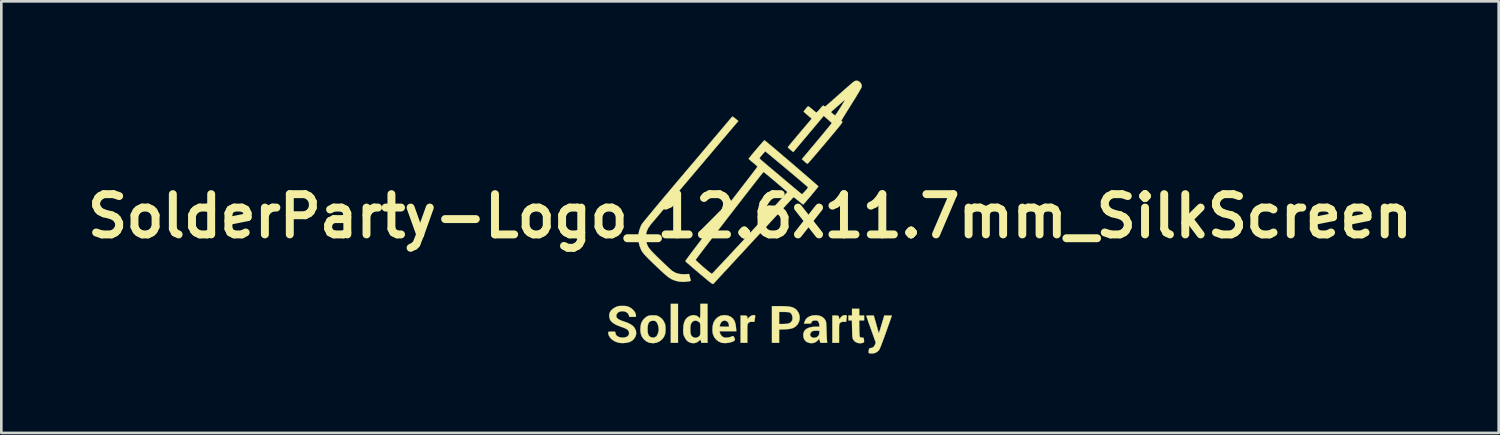
<source format=kicad_pcb>
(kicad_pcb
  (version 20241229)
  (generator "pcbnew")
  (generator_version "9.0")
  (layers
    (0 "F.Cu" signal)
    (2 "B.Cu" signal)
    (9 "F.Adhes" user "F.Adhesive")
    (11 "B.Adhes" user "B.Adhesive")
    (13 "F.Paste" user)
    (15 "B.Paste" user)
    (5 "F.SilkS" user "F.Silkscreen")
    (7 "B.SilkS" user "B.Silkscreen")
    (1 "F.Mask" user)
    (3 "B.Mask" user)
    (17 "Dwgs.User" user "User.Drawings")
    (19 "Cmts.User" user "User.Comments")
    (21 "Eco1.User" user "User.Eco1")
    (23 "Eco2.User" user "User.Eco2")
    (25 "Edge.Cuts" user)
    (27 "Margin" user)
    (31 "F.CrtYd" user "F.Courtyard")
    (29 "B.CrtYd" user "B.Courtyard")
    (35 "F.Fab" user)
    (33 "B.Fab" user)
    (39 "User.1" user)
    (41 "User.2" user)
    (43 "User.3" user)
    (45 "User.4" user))
  (footprint "SolderParty-Logo_12.6x11.7mm_SilkScreen"
    (layer "F.Cu")
    (at 25.335 5.132)
    (property "Reference" "SolderParty-Logo_12.6x11.7mm_SilkScreen" (at 0 0 0) (layer "F.SilkS") (effects (font (size 1.524 1.524) (thickness 0.3))))
    (attr through_hole)
    (fp_poly (pts (xy -2.726 4.792) (xy -2.997 4.792) (xy -2.997 3.319) (xy -2.726 3.319) (xy -2.726 4.792)) (stroke (width 0.01) (type solid)) (fill yes) (layer "F.SilkS"))
    (fp_poly (pts (xy 0.19 3.759) (xy 0.197 3.792) (xy 0.196 3.797) (xy 0.189 3.837) (xy 0.181 3.893) (xy 0.178 3.916) (xy 0.167 3.996) (xy 0.074 3.996) (xy 0.016 3.999) (xy -0.022 4.01) (xy -0.053 4.034) (xy -0.06 4.041) (xy -0.074 4.057) (xy -0.084 4.073) (xy -0.092 4.095) (xy -0.097 4.128) (xy -0.1 4.175) (xy -0.101 4.243) (xy -0.102 4.335) (xy -0.102 4.439) (xy -0.102 4.792) (xy -0.356 4.792) (xy -0.356 3.759) (xy -0.239 3.759) (xy -0.171 3.761) (xy -0.13 3.771) (xy -0.109 3.792) (xy -0.102 3.83) (xy -0.102 3.857) (xy -0.1 3.88) (xy -0.093 3.885) (xy -0.074 3.869) (xy -0.038 3.831) (xy 0.012 3.788) (xy 0.066 3.758) (xy 0.118 3.743) (xy 0.162 3.743) (xy 0.19 3.759)) (stroke (width 0.01) (type solid)) (fill yes) (layer "F.SilkS"))
    (fp_poly (pts (xy 3.652 3.756) (xy 3.663 3.776) (xy 3.66 3.806) (xy 3.654 3.857) (xy 3.649 3.899) (xy 3.638 3.996) (xy 3.546 3.996) (xy 3.485 3.999) (xy 3.445 4.012) (xy 3.412 4.037) (xy 3.411 4.038) (xy 3.397 4.052) (xy 3.387 4.068) (xy 3.38 4.089) (xy 3.375 4.12) (xy 3.372 4.167) (xy 3.37 4.233) (xy 3.37 4.324) (xy 3.37 4.436) (xy 3.37 4.792) (xy 3.116 4.792) (xy 3.116 3.759) (xy 3.232 3.759) (xy 3.3 3.762) (xy 3.341 3.772) (xy 3.361 3.797) (xy 3.369 3.843) (xy 3.37 3.876) (xy 3.372 3.897) (xy 3.38 3.897) (xy 3.401 3.873) (xy 3.419 3.849) (xy 3.459 3.804) (xy 3.503 3.769) (xy 3.518 3.761) (xy 3.569 3.747) (xy 3.617 3.745) (xy 3.652 3.756)) (stroke (width 0.01) (type solid)) (fill yes) (layer "F.SilkS"))
    (fp_poly (pts (xy 4.132 3.759) (xy 4.318 3.759) (xy 4.318 3.945) (xy 4.13 3.945) (xy 4.135 4.249) (xy 4.138 4.373) (xy 4.142 4.465) (xy 4.148 4.528) (xy 4.156 4.565) (xy 4.161 4.575) (xy 4.192 4.589) (xy 4.238 4.596) (xy 4.241 4.596) (xy 4.278 4.598) (xy 4.297 4.611) (xy 4.307 4.645) (xy 4.311 4.668) (xy 4.316 4.719) (xy 4.315 4.757) (xy 4.313 4.764) (xy 4.288 4.786) (xy 4.24 4.8) (xy 4.178 4.807) (xy 4.112 4.803) (xy 4.063 4.793) (xy 3.977 4.751) (xy 3.916 4.686) (xy 3.901 4.66) (xy 3.89 4.632) (xy 3.881 4.596) (xy 3.875 4.548) (xy 3.87 4.482) (xy 3.867 4.392) (xy 3.864 4.274) (xy 3.864 4.271) (xy 3.857 3.945) (xy 3.725 3.945) (xy 3.725 3.759) (xy 3.861 3.759) (xy 3.861 3.505) (xy 4.132 3.505) (xy 4.132 3.759)) (stroke (width 0.01) (type solid)) (fill yes) (layer "F.SilkS"))
    (fp_poly (pts (xy 1.274 3.406) (xy 1.403 3.413) (xy 1.508 3.425) (xy 1.593 3.445) (xy 1.662 3.474) (xy 1.72 3.511) (xy 1.771 3.559) (xy 1.782 3.572) (xy 1.843 3.667) (xy 1.875 3.773) (xy 1.88 3.883) (xy 1.856 3.991) (xy 1.805 4.088) (xy 1.776 4.123) (xy 1.716 4.18) (xy 1.651 4.222) (xy 1.575 4.25) (xy 1.48 4.269) (xy 1.361 4.279) (xy 1.317 4.281) (xy 1.101 4.288) (xy 1.101 4.792) (xy 0.83 4.792) (xy 0.83 3.624) (xy 1.101 3.624) (xy 1.101 4.081) (xy 1.24 4.081) (xy 1.316 4.078) (xy 1.388 4.073) (xy 1.442 4.066) (xy 1.448 4.064) (xy 1.516 4.035) (xy 1.562 3.997) (xy 1.597 3.937) (xy 1.61 3.865) (xy 1.603 3.79) (xy 1.579 3.72) (xy 1.539 3.666) (xy 1.497 3.64) (xy 1.463 3.633) (xy 1.403 3.628) (xy 1.329 3.624) (xy 1.277 3.624) (xy 1.101 3.624) (xy 0.83 3.624) (xy 0.83 3.404) (xy 1.114 3.404) (xy 1.274 3.406)) (stroke (width 0.01) (type solid)) (fill yes) (layer "F.SilkS"))
    (fp_poly (pts (xy -0.875 3.753) (xy -0.823 3.766) (xy -0.722 3.811) (xy -0.643 3.877) (xy -0.585 3.967) (xy -0.548 4.082) (xy -0.531 4.204) (xy -0.52 4.352) (xy -1.154 4.352) (xy -1.142 4.407) (xy -1.111 4.485) (xy -1.058 4.548) (xy -0.99 4.586) (xy -0.981 4.589) (xy -0.908 4.597) (xy -0.82 4.59) (xy -0.734 4.57) (xy -0.681 4.548) (xy -0.651 4.535) (xy -0.633 4.537) (xy -0.616 4.559) (xy -0.595 4.6) (xy -0.574 4.65) (xy -0.572 4.685) (xy -0.591 4.712) (xy -0.637 4.737) (xy -0.692 4.759) (xy -0.797 4.788) (xy -0.911 4.802) (xy -1.019 4.799) (xy -1.087 4.787) (xy -1.192 4.74) (xy -1.284 4.667) (xy -1.356 4.573) (xy -1.402 4.466) (xy -1.407 4.446) (xy -1.42 4.346) (xy -1.42 4.236) (xy -1.412 4.168) (xy -1.151 4.168) (xy -1.136 4.174) (xy -1.093 4.179) (xy -1.031 4.182) (xy -0.974 4.183) (xy -0.796 4.183) (xy -0.796 4.131) (xy -0.809 4.059) (xy -0.845 4.003) (xy -0.896 3.966) (xy -0.956 3.95) (xy -1.017 3.959) (xy -1.074 3.996) (xy -1.08 4.002) (xy -1.106 4.042) (xy -1.131 4.095) (xy -1.148 4.145) (xy -1.151 4.168) (xy -1.412 4.168) (xy -1.407 4.128) (xy -1.383 4.035) (xy -1.371 4.006) (xy -1.303 3.9) (xy -1.216 3.82) (xy -1.113 3.767) (xy -0.998 3.745) (xy -0.875 3.753)) (stroke (width 0.01) (type solid)) (fill yes) (layer "F.SilkS"))
    (fp_poly (pts (xy -3.6 3.752) (xy -3.547 3.758) (xy -3.504 3.77) (xy -3.457 3.792) (xy -3.437 3.803) (xy -3.344 3.873) (xy -3.269 3.967) (xy -3.219 4.073) (xy -3.215 4.087) (xy -3.202 4.162) (xy -3.197 4.256) (xy -3.199 4.353) (xy -3.209 4.437) (xy -3.215 4.465) (xy -3.262 4.575) (xy -3.334 4.666) (xy -3.425 4.737) (xy -3.531 4.784) (xy -3.647 4.805) (xy -3.768 4.797) (xy -3.844 4.777) (xy -3.94 4.726) (xy -4.025 4.65) (xy -4.091 4.556) (xy -4.125 4.475) (xy -4.143 4.382) (xy -4.148 4.279) (xy -3.878 4.279) (xy -3.873 4.386) (xy -3.856 4.466) (xy -3.825 4.524) (xy -3.779 4.565) (xy -3.759 4.577) (xy -3.683 4.599) (xy -3.609 4.588) (xy -3.545 4.547) (xy -3.537 4.539) (xy -3.504 4.487) (xy -3.477 4.415) (xy -3.459 4.334) (xy -3.454 4.276) (xy -3.463 4.194) (xy -3.485 4.11) (xy -3.517 4.039) (xy -3.539 4.007) (xy -3.573 3.975) (xy -3.607 3.959) (xy -3.656 3.955) (xy -3.673 3.955) (xy -3.748 3.966) (xy -3.804 3.996) (xy -3.843 4.05) (xy -3.867 4.129) (xy -3.877 4.237) (xy -3.878 4.279) (xy -4.148 4.279) (xy -4.148 4.275) (xy -4.141 4.168) (xy -4.123 4.071) (xy -4.101 4.012) (xy -4.033 3.907) (xy -3.943 3.823) (xy -3.887 3.788) (xy -3.841 3.769) (xy -3.787 3.757) (xy -3.716 3.752) (xy -3.675 3.752) (xy -3.6 3.752)) (stroke (width 0.01) (type solid)) (fill yes) (layer "F.SilkS"))
    (fp_poly (pts (xy 4.772 4.068) (xy 4.8 4.166) (xy 4.824 4.254) (xy 4.843 4.325) (xy 4.856 4.375) (xy 4.86 4.398) (xy 4.86 4.398) (xy 4.868 4.418) (xy 4.873 4.419) (xy 4.882 4.404) (xy 4.898 4.363) (xy 4.919 4.301) (xy 4.941 4.229) (xy 4.969 4.135) (xy 4.999 4.036) (xy 5.026 3.945) (xy 5.04 3.899) (xy 5.082 3.759) (xy 5.225 3.759) (xy 5.29 3.76) (xy 5.339 3.761) (xy 5.365 3.763) (xy 5.367 3.763) (xy 5.362 3.78) (xy 5.346 3.825) (xy 5.322 3.894) (xy 5.29 3.986) (xy 5.251 4.095) (xy 5.207 4.219) (xy 5.16 4.353) (xy 5.15 4.381) (xy 5.096 4.531) (xy 5.046 4.669) (xy 4.999 4.792) (xy 4.959 4.897) (xy 4.925 4.979) (xy 4.9 5.036) (xy 4.886 5.062) (xy 4.819 5.13) (xy 4.732 5.176) (xy 4.634 5.197) (xy 4.532 5.19) (xy 4.517 5.187) (xy 4.497 5.176) (xy 4.489 5.152) (xy 4.491 5.108) (xy 4.498 5.061) (xy 4.508 5.021) (xy 4.527 5.001) (xy 4.567 4.991) (xy 4.575 4.99) (xy 4.642 4.971) (xy 4.691 4.932) (xy 4.728 4.866) (xy 4.733 4.854) (xy 4.759 4.784) (xy 4.581 4.284) (xy 4.537 4.161) (xy 4.497 4.048) (xy 4.463 3.949) (xy 4.435 3.868) (xy 4.415 3.81) (xy 4.404 3.777) (xy 4.403 3.772) (xy 4.418 3.766) (xy 4.46 3.762) (xy 4.52 3.759) (xy 4.543 3.759) (xy 4.683 3.759) (xy 4.772 4.068)) (stroke (width 0.01) (type solid)) (fill yes) (layer "F.SilkS"))
    (fp_poly (pts (xy -1.609 4.792) (xy -1.844 4.792) (xy -1.855 4.733) (xy -1.866 4.694) (xy -1.877 4.674) (xy -1.878 4.674) (xy -1.896 4.685) (xy -1.927 4.713) (xy -1.939 4.725) (xy -2.013 4.778) (xy -2.103 4.804) (xy -2.206 4.8) (xy -2.252 4.789) (xy -2.339 4.75) (xy -2.411 4.684) (xy -2.471 4.588) (xy -2.478 4.574) (xy -2.502 4.519) (xy -2.518 4.473) (xy -2.526 4.425) (xy -2.529 4.363) (xy -2.529 4.293) (xy -2.528 4.284) (xy -2.26 4.284) (xy -2.256 4.391) (xy -2.242 4.47) (xy -2.215 4.527) (xy -2.175 4.565) (xy -2.145 4.581) (xy -2.104 4.598) (xy -2.077 4.604) (xy -2.045 4.601) (xy -2.017 4.595) (xy -1.968 4.576) (xy -1.923 4.543) (xy -1.922 4.542) (xy -1.905 4.523) (xy -1.893 4.503) (xy -1.886 4.476) (xy -1.882 4.434) (xy -1.88 4.372) (xy -1.88 4.282) (xy -1.88 4.277) (xy -1.88 4.186) (xy -1.881 4.123) (xy -1.885 4.08) (xy -1.892 4.053) (xy -1.904 4.033) (xy -1.921 4.015) (xy -1.926 4.01) (xy -1.995 3.965) (xy -2.066 3.951) (xy -2.135 3.966) (xy -2.193 4.01) (xy -2.222 4.053) (xy -2.241 4.095) (xy -2.252 4.14) (xy -2.258 4.2) (xy -2.26 4.283) (xy -2.26 4.284) (xy -2.528 4.284) (xy -2.519 4.141) (xy -2.491 4.016) (xy -2.446 3.917) (xy -2.38 3.84) (xy -2.298 3.785) (xy -2.201 3.752) (xy -2.107 3.746) (xy -2.021 3.767) (xy -1.95 3.814) (xy -1.94 3.825) (xy -1.912 3.851) (xy -1.894 3.861) (xy -1.889 3.845) (xy -1.885 3.801) (xy -1.882 3.734) (xy -1.88 3.65) (xy -1.88 3.59) (xy -1.88 3.319) (xy -1.609 3.319) (xy -1.609 4.792)) (stroke (width 0.01) (type solid)) (fill yes) (layer "F.SilkS"))
    (fp_poly (pts (xy 2.617 3.763) (xy 2.717 3.803) (xy 2.799 3.864) (xy 2.852 3.937) (xy 2.864 3.963) (xy 2.873 3.992) (xy 2.88 4.03) (xy 2.885 4.082) (xy 2.889 4.152) (xy 2.893 4.245) (xy 2.897 4.368) (xy 2.897 4.369) (xy 2.9 4.478) (xy 2.904 4.577) (xy 2.909 4.66) (xy 2.914 4.722) (xy 2.918 4.757) (xy 2.92 4.763) (xy 2.923 4.777) (xy 2.914 4.786) (xy 2.885 4.791) (xy 2.831 4.792) (xy 2.798 4.792) (xy 2.663 4.792) (xy 2.641 4.715) (xy 2.62 4.638) (xy 2.565 4.698) (xy 2.483 4.766) (xy 2.391 4.801) (xy 2.289 4.804) (xy 2.22 4.79) (xy 2.13 4.749) (xy 2.066 4.686) (xy 2.027 4.602) (xy 2.015 4.499) (xy 2.019 4.474) (xy 2.273 4.474) (xy 2.276 4.517) (xy 2.305 4.558) (xy 2.311 4.564) (xy 2.366 4.598) (xy 2.436 4.605) (xy 2.509 4.587) (xy 2.523 4.581) (xy 2.584 4.534) (xy 2.617 4.47) (xy 2.625 4.407) (xy 2.625 4.335) (xy 2.505 4.335) (xy 2.423 4.338) (xy 2.367 4.349) (xy 2.329 4.372) (xy 2.3 4.409) (xy 2.295 4.419) (xy 2.273 4.474) (xy 2.019 4.474) (xy 2.029 4.401) (xy 2.072 4.321) (xy 2.144 4.259) (xy 2.243 4.215) (xy 2.369 4.189) (xy 2.498 4.183) (xy 2.625 4.183) (xy 2.625 4.122) (xy 2.616 4.06) (xy 2.593 4.004) (xy 2.562 3.965) (xy 2.548 3.956) (xy 2.514 3.949) (xy 2.464 3.946) (xy 2.448 3.945) (xy 2.383 3.956) (xy 2.339 3.986) (xy 2.32 4.03) (xy 2.32 4.036) (xy 2.315 4.05) (xy 2.297 4.058) (xy 2.259 4.063) (xy 2.194 4.064) (xy 2.183 4.064) (xy 2.045 4.064) (xy 2.057 4.017) (xy 2.097 3.922) (xy 2.164 3.846) (xy 2.256 3.79) (xy 2.372 3.755) (xy 2.376 3.755) (xy 2.501 3.746) (xy 2.617 3.763)) (stroke (width 0.01) (type solid)) (fill yes) (layer "F.SilkS"))
    (fp_poly (pts (xy -4.74 3.397) (xy -4.677 3.404) (xy -4.625 3.417) (xy -4.58 3.435) (xy -4.489 3.488) (xy -4.412 3.557) (xy -4.355 3.635) (xy -4.323 3.714) (xy -4.318 3.759) (xy -4.318 3.81) (xy -4.567 3.81) (xy -4.587 3.741) (xy -4.621 3.679) (xy -4.676 3.633) (xy -4.745 3.605) (xy -4.821 3.595) (xy -4.897 3.602) (xy -4.966 3.626) (xy -5.021 3.668) (xy -5.054 3.728) (xy -5.057 3.736) (xy -5.061 3.794) (xy -5.04 3.845) (xy -4.992 3.89) (xy -4.916 3.933) (xy -4.808 3.974) (xy -4.784 3.981) (xy -4.636 4.034) (xy -4.519 4.091) (xy -4.431 4.155) (xy -4.368 4.227) (xy -4.327 4.31) (xy -4.311 4.372) (xy -4.31 4.468) (xy -4.339 4.561) (xy -4.393 4.645) (xy -4.468 4.715) (xy -4.561 4.763) (xy -4.565 4.765) (xy -4.665 4.789) (xy -4.779 4.801) (xy -4.892 4.8) (xy -4.99 4.784) (xy -4.995 4.783) (xy -5.113 4.738) (xy -5.213 4.677) (xy -5.291 4.602) (xy -5.341 4.519) (xy -5.35 4.492) (xy -5.365 4.434) (xy -5.367 4.397) (xy -5.351 4.378) (xy -5.313 4.37) (xy -5.246 4.369) (xy -5.232 4.369) (xy -5.165 4.369) (xy -5.125 4.372) (xy -5.105 4.38) (xy -5.098 4.393) (xy -5.097 4.407) (xy -5.081 4.475) (xy -5.037 4.53) (xy -4.968 4.57) (xy -4.877 4.592) (xy -4.817 4.596) (xy -4.722 4.586) (xy -4.649 4.556) (xy -4.599 4.508) (xy -4.577 4.446) (xy -4.579 4.395) (xy -4.596 4.346) (xy -4.628 4.304) (xy -4.68 4.266) (xy -4.757 4.23) (xy -4.863 4.192) (xy -4.869 4.19) (xy -5.021 4.133) (xy -5.14 4.072) (xy -5.229 4.005) (xy -5.288 3.931) (xy -5.316 3.865) (xy -5.331 3.758) (xy -5.313 3.661) (xy -5.264 3.575) (xy -5.184 3.5) (xy -5.101 3.451) (xy -5.044 3.424) (xy -4.998 3.408) (xy -4.949 3.399) (xy -4.888 3.396) (xy -4.826 3.396) (xy -4.74 3.397)) (stroke (width 0.01) (type solid)) (fill yes) (layer "F.SilkS"))
    (fp_poly (pts (xy -0.651 -3.763) (xy -0.619 -3.744) (xy -0.569 -3.705) (xy -0.552 -3.692) (xy -0.44 -3.601) (xy -0.48 -3.557) (xy -0.495 -3.54) (xy -0.53 -3.498) (xy -0.585 -3.435) (xy -0.656 -3.35) (xy -0.744 -3.247) (xy -0.846 -3.127) (xy -0.961 -2.991) (xy -1.088 -2.842) (xy -1.224 -2.681) (xy -1.369 -2.51) (xy -1.521 -2.33) (xy -1.679 -2.144) (xy -1.84 -1.953) (xy -2.005 -1.759) (xy -2.17 -1.564) (xy -2.335 -1.369) (xy -2.498 -1.176) (xy -2.658 -0.987) (xy -2.813 -0.804) (xy -2.961 -0.629) (xy -3.102 -0.462) (xy -3.233 -0.306) (xy -3.354 -0.164) (xy -3.463 -0.035) (xy -3.557 0.077) (xy -3.637 0.171) (xy -3.7 0.246) (xy -3.744 0.299) (xy -3.769 0.329) (xy -3.77 0.33) (xy -3.862 0.465) (xy -3.92 0.607) (xy -3.945 0.755) (xy -3.936 0.91) (xy -3.92 0.99) (xy -3.904 1.046) (xy -3.885 1.096) (xy -3.862 1.144) (xy -3.831 1.194) (xy -3.789 1.249) (xy -3.734 1.312) (xy -3.664 1.386) (xy -3.575 1.476) (xy -3.466 1.583) (xy -3.407 1.64) (xy -3.307 1.736) (xy -3.212 1.827) (xy -3.124 1.909) (xy -3.048 1.979) (xy -2.987 2.033) (xy -2.945 2.069) (xy -2.932 2.079) (xy -2.807 2.148) (xy -2.665 2.187) (xy -2.505 2.198) (xy -2.463 2.197) (xy -2.306 2.187) (xy -2.28 2.293) (xy -2.264 2.353) (xy -2.251 2.401) (xy -2.243 2.425) (xy -2.244 2.441) (xy -2.265 2.453) (xy -2.312 2.465) (xy -2.341 2.47) (xy -2.516 2.487) (xy -2.684 2.474) (xy -2.774 2.455) (xy -2.859 2.43) (xy -2.936 2.399) (xy -3.011 2.36) (xy -3.088 2.308) (xy -3.173 2.241) (xy -3.272 2.155) (xy -3.361 2.072) (xy -3.513 1.929) (xy -3.643 1.806) (xy -3.751 1.702) (xy -3.841 1.613) (xy -3.914 1.539) (xy -3.973 1.476) (xy -4.02 1.422) (xy -4.057 1.376) (xy -4.086 1.335) (xy -4.108 1.296) (xy -4.122 1.27) (xy -4.189 1.094) (xy -4.224 0.913) (xy -4.226 0.732) (xy -4.196 0.553) (xy -4.135 0.38) (xy -4.094 0.301) (xy -4.077 0.277) (xy -4.039 0.229) (xy -3.981 0.158) (xy -3.906 0.066) (xy -3.813 -0.046) (xy -3.705 -0.177) (xy -3.583 -0.324) (xy -3.447 -0.487) (xy -3.299 -0.663) (xy -3.14 -0.852) (xy -2.972 -1.052) (xy -2.796 -1.261) (xy -2.612 -1.478) (xy -2.423 -1.702) (xy -2.371 -1.764) (xy -2.181 -1.987) (xy -1.997 -2.204) (xy -1.82 -2.413) (xy -1.652 -2.612) (xy -1.493 -2.8) (xy -1.344 -2.975) (xy -1.208 -3.136) (xy -1.084 -3.282) (xy -0.975 -3.411) (xy -0.881 -3.522) (xy -0.804 -3.614) (xy -0.745 -3.684) (xy -0.705 -3.731) (xy -0.685 -3.755) (xy -0.684 -3.757) (xy -0.671 -3.767) (xy -0.651 -3.763)) (stroke (width 0.01) (type solid)) (fill yes) (layer "F.SilkS"))
    (fp_poly (pts (xy 4.073 -5.123) (xy 4.127 -5.098) (xy 4.186 -5.045) (xy 4.221 -4.978) (xy 4.229 -4.906) (xy 4.228 -4.899) (xy 4.216 -4.871) (xy 4.188 -4.817) (xy 4.144 -4.74) (xy 4.086 -4.641) (xy 4.016 -4.524) (xy 3.934 -4.391) (xy 3.843 -4.245) (xy 3.836 -4.235) (xy 3.755 -4.105) (xy 3.68 -3.985) (xy 3.612 -3.876) (xy 3.554 -3.781) (xy 3.508 -3.705) (xy 3.475 -3.649) (xy 3.457 -3.617) (xy 3.454 -3.611) (xy 3.468 -3.592) (xy 3.489 -3.58) (xy 3.495 -3.574) (xy 3.495 -3.565) (xy 3.489 -3.549) (xy 3.474 -3.525) (xy 3.45 -3.49) (xy 3.415 -3.444) (xy 3.366 -3.383) (xy 3.304 -3.307) (xy 3.226 -3.212) (xy 3.131 -3.098) (xy 3.017 -2.962) (xy 2.883 -2.803) (xy 2.858 -2.774) (xy 2.74 -2.633) (xy 2.627 -2.501) (xy 2.523 -2.378) (xy 2.429 -2.268) (xy 2.347 -2.173) (xy 2.278 -2.094) (xy 2.226 -2.035) (xy 2.191 -1.997) (xy 2.176 -1.983) (xy 2.176 -1.983) (xy 2.156 -1.993) (xy 2.119 -2.021) (xy 2.072 -2.061) (xy 2.061 -2.071) (xy 1.963 -2.159) (xy 2.531 -2.836) (xy 2.64 -2.966) (xy 2.742 -3.089) (xy 2.834 -3.201) (xy 2.916 -3.3) (xy 2.985 -3.385) (xy 3.039 -3.451) (xy 3.075 -3.498) (xy 3.093 -3.522) (xy 3.094 -3.525) (xy 3.081 -3.54) (xy 3.047 -3.572) (xy 2.997 -3.616) (xy 2.94 -3.667) (xy 2.789 -3.799) (xy 2.753 -3.755) (xy 2.736 -3.734) (xy 2.698 -3.689) (xy 2.644 -3.624) (xy 2.574 -3.541) (xy 2.492 -3.443) (xy 2.399 -3.332) (xy 2.297 -3.212) (xy 2.19 -3.084) (xy 2.177 -3.068) (xy 1.636 -2.426) (xy 1.533 -2.511) (xy 1.485 -2.553) (xy 1.449 -2.587) (xy 1.432 -2.607) (xy 1.431 -2.609) (xy 1.441 -2.624) (xy 1.472 -2.663) (xy 1.519 -2.721) (xy 1.582 -2.797) (xy 1.658 -2.888) (xy 1.744 -2.99) (xy 1.838 -3.102) (xy 1.883 -3.156) (xy 2.335 -3.69) (xy 2.184 -3.82) (xy 2.124 -3.871) (xy 2.076 -3.915) (xy 2.044 -3.946) (xy 2.032 -3.96) (xy 2.042 -3.979) (xy 2.068 -4.014) (xy 2.103 -4.058) (xy 2.141 -4.102) (xy 2.174 -4.139) (xy 2.195 -4.16) (xy 2.198 -4.162) (xy 2.216 -4.154) (xy 2.254 -4.128) (xy 2.304 -4.088) (xy 2.338 -4.06) (xy 2.396 -4.012) (xy 2.446 -3.97) (xy 2.481 -3.941) (xy 2.491 -3.932) (xy 2.506 -3.926) (xy 2.524 -3.932) (xy 2.533 -3.939) (xy 3.06 -3.939) (xy 3.135 -3.875) (xy 3.177 -3.841) (xy 3.21 -3.82) (xy 3.224 -3.815) (xy 3.237 -3.83) (xy 3.265 -3.87) (xy 3.305 -3.929) (xy 3.354 -4.005) (xy 3.409 -4.091) (xy 3.422 -4.111) (xy 3.477 -4.199) (xy 3.524 -4.276) (xy 3.561 -4.338) (xy 3.585 -4.382) (xy 3.594 -4.402) (xy 3.594 -4.403) (xy 3.578 -4.392) (xy 3.541 -4.362) (xy 3.487 -4.316) (xy 3.419 -4.257) (xy 3.342 -4.189) (xy 3.321 -4.171) (xy 3.06 -3.939) (xy 2.533 -3.939) (xy 2.55 -3.954) (xy 2.589 -3.995) (xy 2.642 -4.056) (xy 2.695 -4.118) (xy 2.732 -4.158) (xy 2.757 -4.179) (xy 2.774 -4.185) (xy 2.788 -4.179) (xy 2.796 -4.173) (xy 2.827 -4.154) (xy 2.848 -4.154) (xy 2.865 -4.166) (xy 2.905 -4.199) (xy 2.964 -4.25) (xy 3.04 -4.316) (xy 3.13 -4.395) (xy 3.231 -4.484) (xy 3.34 -4.581) (xy 3.378 -4.615) (xy 3.491 -4.715) (xy 3.598 -4.809) (xy 3.695 -4.894) (xy 3.781 -4.968) (xy 3.85 -5.028) (xy 3.902 -5.071) (xy 3.933 -5.096) (xy 3.937 -5.099) (xy 4.005 -5.127) (xy 4.073 -5.123)) (stroke (width 0.01) (type solid)) (fill yes) (layer "F.SilkS"))
    (fp_poly (pts (xy 0.562 -2.861) (xy 0.603 -2.83) (xy 0.663 -2.78) (xy 0.742 -2.714) (xy 0.837 -2.635) (xy 0.945 -2.544) (xy 1.065 -2.442) (xy 1.193 -2.334) (xy 1.328 -2.219) (xy 1.466 -2.101) (xy 1.607 -1.981) (xy 1.747 -1.861) (xy 1.883 -1.743) (xy 2.015 -1.63) (xy 2.138 -1.524) (xy 2.251 -1.426) (xy 2.352 -1.338) (xy 2.438 -1.263) (xy 2.507 -1.202) (xy 2.556 -1.158) (xy 2.583 -1.132) (xy 2.587 -1.127) (xy 2.575 -1.109) (xy 2.545 -1.07) (xy 2.501 -1.014) (xy 2.444 -0.945) (xy 2.381 -0.868) (xy 2.313 -0.787) (xy 2.244 -0.705) (xy 2.178 -0.628) (xy 2.119 -0.558) (xy 2.069 -0.502) (xy 2.033 -0.462) (xy 2.014 -0.442) (xy 2.012 -0.441) (xy 1.996 -0.451) (xy 1.959 -0.479) (xy 1.906 -0.521) (xy 1.843 -0.572) (xy 1.828 -0.585) (xy 1.757 -0.643) (xy 1.708 -0.682) (xy 1.675 -0.705) (xy 1.654 -0.714) (xy 1.639 -0.711) (xy 1.626 -0.7) (xy 1.625 -0.7) (xy 1.61 -0.683) (xy 1.574 -0.644) (xy 1.517 -0.583) (xy 1.442 -0.501) (xy 1.349 -0.401) (xy 1.24 -0.283) (xy 1.117 -0.149) (xy 0.98 -0.001) (xy 0.831 0.16) (xy 0.672 0.332) (xy 0.504 0.514) (xy 0.329 0.704) (xy 0.146 0.901) (xy 0.119 0.931) (xy -0.064 1.129) (xy -0.241 1.321) (xy -0.41 1.504) (xy -0.571 1.677) (xy -0.721 1.84) (xy -0.859 1.99) (xy -0.985 2.125) (xy -1.096 2.245) (xy -1.191 2.348) (xy -1.269 2.432) (xy -1.328 2.497) (xy -1.368 2.539) (xy -1.386 2.558) (xy -1.387 2.559) (xy -1.395 2.565) (xy -1.407 2.565) (xy -1.425 2.559) (xy -1.451 2.543) (xy -1.488 2.516) (xy -1.539 2.477) (xy -1.605 2.423) (xy -1.69 2.353) (xy -1.796 2.264) (xy -1.922 2.158) (xy -2.035 2.062) (xy -2.139 1.973) (xy -2.233 1.893) (xy -2.313 1.823) (xy -2.377 1.768) (xy -2.421 1.728) (xy -2.443 1.708) (xy -2.445 1.706) (xy -2.44 1.693) (xy -2.421 1.662) (xy -2.414 1.652) (xy -2.057 1.652) (xy -2.045 1.67) (xy -2.011 1.705) (xy -1.959 1.754) (xy -1.894 1.813) (xy -1.821 1.878) (xy -1.743 1.945) (xy -1.666 2.01) (xy -1.594 2.069) (xy -1.531 2.12) (xy -1.481 2.157) (xy -1.45 2.177) (xy -1.443 2.179) (xy -1.429 2.167) (xy -1.393 2.131) (xy -1.337 2.073) (xy -1.263 1.994) (xy -1.171 1.897) (xy -1.063 1.782) (xy -0.941 1.652) (xy -0.806 1.507) (xy -0.659 1.349) (xy -0.502 1.18) (xy -0.336 1.001) (xy -0.163 0.814) (xy 0.001 0.637) (xy 0.179 0.443) (xy 0.351 0.257) (xy 0.515 0.078) (xy 0.67 -0.091) (xy 0.814 -0.248) (xy 0.946 -0.392) (xy 1.064 -0.522) (xy 1.167 -0.636) (xy 1.254 -0.733) (xy 1.324 -0.811) (xy 1.374 -0.868) (xy 1.405 -0.904) (xy 1.413 -0.916) (xy 1.398 -0.931) (xy 1.36 -0.964) (xy 1.305 -1.013) (xy 1.234 -1.074) (xy 1.152 -1.144) (xy 1.063 -1.219) (xy 0.97 -1.298) (xy 0.876 -1.377) (xy 0.786 -1.452) (xy 0.703 -1.522) (xy 0.63 -1.582) (xy 0.572 -1.629) (xy 0.532 -1.662) (xy 0.513 -1.676) (xy 0.512 -1.676) (xy 0.5 -1.663) (xy 0.468 -1.624) (xy 0.419 -1.563) (xy 0.354 -1.481) (xy 0.275 -1.38) (xy 0.182 -1.262) (xy 0.078 -1.129) (xy -0.036 -0.983) (xy -0.158 -0.826) (xy -0.287 -0.659) (xy -0.421 -0.486) (xy -0.56 -0.307) (xy -0.7 -0.125) (xy -0.842 0.058) (xy -0.982 0.24) (xy -1.121 0.42) (xy -1.255 0.595) (xy -1.384 0.763) (xy -1.507 0.923) (xy -1.621 1.072) (xy -1.725 1.208) (xy -1.818 1.33) (xy -1.898 1.435) (xy -1.963 1.522) (xy -2.012 1.588) (xy -2.044 1.632) (xy -2.057 1.651) (xy -2.057 1.652) (xy -2.414 1.652) (xy -2.387 1.613) (xy -2.338 1.544) (xy -2.272 1.455) (xy -2.19 1.345) (xy -2.09 1.214) (xy -1.974 1.06) (xy -1.838 0.883) (xy -1.684 0.683) (xy -1.511 0.458) (xy -1.318 0.207) (xy -1.105 -0.069) (xy -1.093 -0.084) (xy -0.926 -0.3) (xy -0.765 -0.508) (xy -0.611 -0.708) (xy -0.465 -0.897) (xy -0.329 -1.074) (xy -0.203 -1.237) (xy -0.089 -1.385) (xy 0.012 -1.517) (xy 0.099 -1.63) (xy 0.17 -1.723) (xy 0.224 -1.795) (xy 0.261 -1.844) (xy 0.279 -1.867) (xy 0.28 -1.87) (xy 0.27 -1.887) (xy 0.238 -1.92) (xy 0.189 -1.965) (xy 0.127 -2.017) (xy 0.119 -2.024) (xy 0.055 -2.076) (xy 0.003 -2.121) (xy -0.034 -2.154) (xy -0.05 -2.172) (xy -0.05 -2.173) (xy -0.04 -2.189) (xy -0.04 -2.19) (xy 0.357 -2.19) (xy 0.37 -2.176) (xy 0.405 -2.143) (xy 0.46 -2.094) (xy 0.531 -2.033) (xy 0.615 -1.961) (xy 0.708 -1.882) (xy 0.722 -1.871) (xy 0.832 -1.779) (xy 0.961 -1.67) (xy 1.1 -1.553) (xy 1.243 -1.432) (xy 1.383 -1.315) (xy 1.51 -1.207) (xy 1.521 -1.199) (xy 1.624 -1.111) (xy 1.72 -1.031) (xy 1.804 -0.961) (xy 1.874 -0.904) (xy 1.926 -0.861) (xy 1.958 -0.836) (xy 1.967 -0.83) (xy 1.982 -0.842) (xy 2.015 -0.874) (xy 2.059 -0.92) (xy 2.093 -0.958) (xy 2.145 -1.017) (xy 2.176 -1.057) (xy 2.19 -1.083) (xy 2.189 -1.1) (xy 2.183 -1.108) (xy 2.151 -1.137) (xy 2.097 -1.183) (xy 2.025 -1.245) (xy 1.938 -1.319) (xy 1.837 -1.405) (xy 1.727 -1.498) (xy 1.609 -1.598) (xy 1.485 -1.701) (xy 1.36 -1.806) (xy 1.235 -1.911) (xy 1.114 -2.012) (xy 0.998 -2.108) (xy 0.891 -2.197) (xy 0.796 -2.276) (xy 0.714 -2.344) (xy 0.649 -2.397) (xy 0.604 -2.433) (xy 0.58 -2.451) (xy 0.578 -2.452) (xy 0.56 -2.437) (xy 0.528 -2.403) (xy 0.487 -2.357) (xy 0.444 -2.306) (xy 0.404 -2.257) (xy 0.373 -2.217) (xy 0.358 -2.193) (xy 0.357 -2.19) (xy -0.04 -2.19) (xy -0.011 -2.227) (xy 0.033 -2.282) (xy 0.089 -2.35) (xy 0.153 -2.427) (xy 0.222 -2.508) (xy 0.292 -2.59) (xy 0.36 -2.669) (xy 0.422 -2.741) (xy 0.475 -2.801) (xy 0.516 -2.845) (xy 0.54 -2.87) (xy 0.545 -2.873) (xy 0.562 -2.861)) (stroke (width 0.01) (type solid)) (fill yes) (layer "F.SilkS")))
  (gr_rect
    (start -3 -3)
    (end 53.669 13.334)
    (stroke (width 0.1) (type default))
    (fill no)
    (layer "Edge.Cuts")))
</source>
